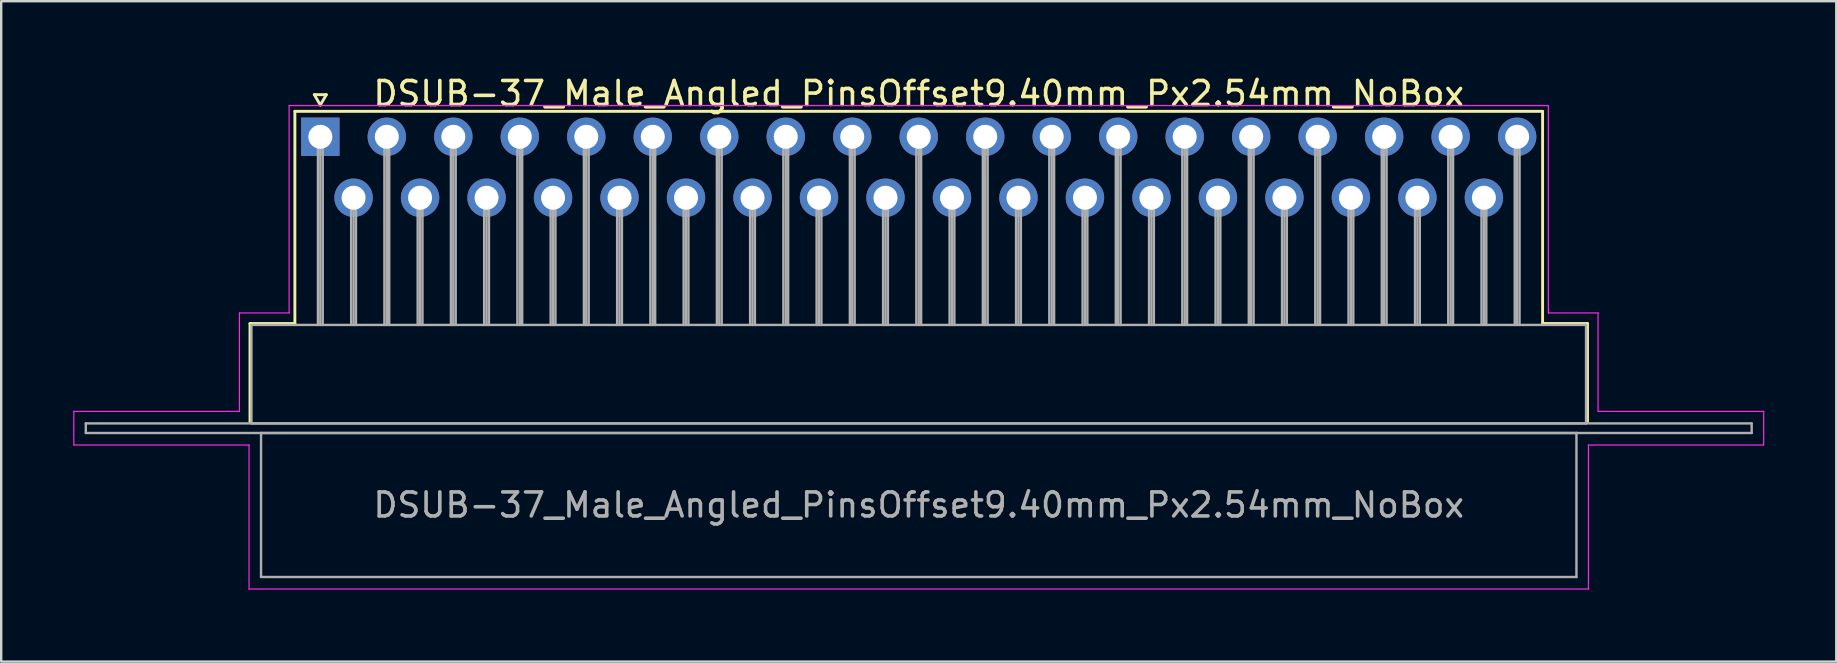
<source format=kicad_pcb>
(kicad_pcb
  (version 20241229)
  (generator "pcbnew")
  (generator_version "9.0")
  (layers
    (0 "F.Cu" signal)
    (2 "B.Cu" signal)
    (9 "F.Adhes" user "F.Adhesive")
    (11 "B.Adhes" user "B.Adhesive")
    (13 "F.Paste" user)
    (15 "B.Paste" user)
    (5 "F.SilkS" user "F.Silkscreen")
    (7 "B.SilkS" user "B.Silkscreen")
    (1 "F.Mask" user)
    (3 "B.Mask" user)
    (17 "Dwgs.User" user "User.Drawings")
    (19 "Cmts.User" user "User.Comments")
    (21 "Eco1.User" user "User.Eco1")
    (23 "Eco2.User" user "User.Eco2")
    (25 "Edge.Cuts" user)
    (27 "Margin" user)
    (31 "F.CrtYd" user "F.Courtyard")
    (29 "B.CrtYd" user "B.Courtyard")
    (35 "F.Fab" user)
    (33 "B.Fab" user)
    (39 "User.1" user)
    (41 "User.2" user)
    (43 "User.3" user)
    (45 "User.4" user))
  (footprint "DSUB-37_Male_Angled_PinsOffset9.40mm_Px2.54mm_NoBox"
    (layer "F.Cu")
    (at 10.295 2.648)
    (property "Reference" "DSUB-37_Male_Angled_PinsOffset9.40mm_Px2.54mm_NoBox" (at 24.93 -1.8 0) (layer "F.SilkS") (effects (font (size 1 1) (thickness 0.15))))
    (attr through_hole)
    (fp_line (start -2.93 7.78) (end -1.06 7.78) (stroke (width 0.12) (type solid)) (layer "F.SilkS"))
    (fp_line (start -2.93 11.88) (end -2.93 7.78) (stroke (width 0.12) (type solid)) (layer "F.SilkS"))
    (fp_line (start -1.06 -1.06) (end 50.92 -1.06) (stroke (width 0.12) (type solid)) (layer "F.SilkS"))
    (fp_line (start -1.06 7.78) (end -1.06 -1.06) (stroke (width 0.12) (type solid)) (layer "F.SilkS"))
    (fp_line (start -0.25 -1.754) (end 0.25 -1.754) (stroke (width 0.12) (type solid)) (layer "F.SilkS"))
    (fp_line (start 0 -1.321) (end -0.25 -1.754) (stroke (width 0.12) (type solid)) (layer "F.SilkS"))
    (fp_line (start 0.25 -1.754) (end 0 -1.321) (stroke (width 0.12) (type solid)) (layer "F.SilkS"))
    (fp_line (start 50.92 -1.06) (end 50.92 7.78) (stroke (width 0.12) (type solid)) (layer "F.SilkS"))
    (fp_line (start 50.92 7.78) (end 52.79 7.78) (stroke (width 0.12) (type solid)) (layer "F.SilkS"))
    (fp_line (start 52.79 7.78) (end 52.79 11.88) (stroke (width 0.12) (type solid)) (layer "F.SilkS"))
    (fp_line (start -10.27 11.44) (end -3.37 11.44) (stroke (width 0.05) (type solid)) (layer "F.CrtYd"))
    (fp_line (start -10.27 12.84) (end -10.27 11.44) (stroke (width 0.05) (type solid)) (layer "F.CrtYd"))
    (fp_line (start -3.37 7.34) (end -1.3 7.34) (stroke (width 0.05) (type solid)) (layer "F.CrtYd"))
    (fp_line (start -3.37 11.44) (end -3.37 7.34) (stroke (width 0.05) (type solid)) (layer "F.CrtYd"))
    (fp_line (start -2.97 12.84) (end -10.27 12.84) (stroke (width 0.05) (type solid)) (layer "F.CrtYd"))
    (fp_line (start -2.97 18.84) (end -2.97 12.84) (stroke (width 0.05) (type solid)) (layer "F.CrtYd"))
    (fp_line (start -1.3 -1.3) (end 51.16 -1.3) (stroke (width 0.05) (type solid)) (layer "F.CrtYd"))
    (fp_line (start -1.3 7.34) (end -1.3 -1.3) (stroke (width 0.05) (type solid)) (layer "F.CrtYd"))
    (fp_line (start 51.16 -1.3) (end 51.16 7.34) (stroke (width 0.05) (type solid)) (layer "F.CrtYd"))
    (fp_line (start 51.16 7.34) (end 53.23 7.34) (stroke (width 0.05) (type solid)) (layer "F.CrtYd"))
    (fp_line (start 52.83 12.84) (end 52.83 18.84) (stroke (width 0.05) (type solid)) (layer "F.CrtYd"))
    (fp_line (start 52.83 18.84) (end -2.97 18.84) (stroke (width 0.05) (type solid)) (layer "F.CrtYd"))
    (fp_line (start 53.23 7.34) (end 53.23 11.44) (stroke (width 0.05) (type solid)) (layer "F.CrtYd"))
    (fp_line (start 53.23 11.44) (end 60.13 11.44) (stroke (width 0.05) (type solid)) (layer "F.CrtYd"))
    (fp_line (start 60.13 11.44) (end 60.13 12.84) (stroke (width 0.05) (type solid)) (layer "F.CrtYd"))
    (fp_line (start 60.13 12.84) (end 52.83 12.84) (stroke (width 0.05) (type solid)) (layer "F.CrtYd"))
    (fp_line (start -9.77 11.94) (end -9.77 12.34) (stroke (width 0.1) (type solid)) (layer "F.Fab"))
    (fp_line (start -9.77 12.34) (end 59.63 12.34) (stroke (width 0.1) (type solid)) (layer "F.Fab"))
    (fp_line (start -2.87 7.84) (end -2.87 11.94) (stroke (width 0.1) (type solid)) (layer "F.Fab"))
    (fp_line (start -2.87 11.94) (end 52.73 11.94) (stroke (width 0.1) (type solid)) (layer "F.Fab"))
    (fp_line (start -2.47 12.34) (end -2.47 18.34) (stroke (width 0.1) (type solid)) (layer "F.Fab"))
    (fp_line (start -2.47 18.34) (end 52.33 18.34) (stroke (width 0.1) (type solid)) (layer "F.Fab"))
    (fp_line (start -0.1 0) (end -0.1 7.84) (stroke (width 0.1) (type solid)) (layer "F.Fab"))
    (fp_line (start 0 0) (end 0 7.84) (stroke (width 0.1) (type solid)) (layer "F.Fab"))
    (fp_line (start 0.1 0) (end 0.1 7.84) (stroke (width 0.1) (type solid)) (layer "F.Fab"))
    (fp_line (start 1.285 2.54) (end 1.285 7.84) (stroke (width 0.1) (type solid)) (layer "F.Fab"))
    (fp_line (start 1.385 2.54) (end 1.385 7.84) (stroke (width 0.1) (type solid)) (layer "F.Fab"))
    (fp_line (start 1.485 2.54) (end 1.485 7.84) (stroke (width 0.1) (type solid)) (layer "F.Fab"))
    (fp_line (start 2.67 0) (end 2.67 7.84) (stroke (width 0.1) (type solid)) (layer "F.Fab"))
    (fp_line (start 2.77 0) (end 2.77 7.84) (stroke (width 0.1) (type solid)) (layer "F.Fab"))
    (fp_line (start 2.87 0) (end 2.87 7.84) (stroke (width 0.1) (type solid)) (layer "F.Fab"))
    (fp_line (start 4.055 2.54) (end 4.055 7.84) (stroke (width 0.1) (type solid)) (layer "F.Fab"))
    (fp_line (start 4.155 2.54) (end 4.155 7.84) (stroke (width 0.1) (type solid)) (layer "F.Fab"))
    (fp_line (start 4.255 2.54) (end 4.255 7.84) (stroke (width 0.1) (type solid)) (layer "F.Fab"))
    (fp_line (start 5.44 0) (end 5.44 7.84) (stroke (width 0.1) (type solid)) (layer "F.Fab"))
    (fp_line (start 5.54 0) (end 5.54 7.84) (stroke (width 0.1) (type solid)) (layer "F.Fab"))
    (fp_line (start 5.64 0) (end 5.64 7.84) (stroke (width 0.1) (type solid)) (layer "F.Fab"))
    (fp_line (start 6.825 2.54) (end 6.825 7.84) (stroke (width 0.1) (type solid)) (layer "F.Fab"))
    (fp_line (start 6.925 2.54) (end 6.925 7.84) (stroke (width 0.1) (type solid)) (layer "F.Fab"))
    (fp_line (start 7.025 2.54) (end 7.025 7.84) (stroke (width 0.1) (type solid)) (layer "F.Fab"))
    (fp_line (start 8.21 0) (end 8.21 7.84) (stroke (width 0.1) (type solid)) (layer "F.Fab"))
    (fp_line (start 8.31 0) (end 8.31 7.84) (stroke (width 0.1) (type solid)) (layer "F.Fab"))
    (fp_line (start 8.41 0) (end 8.41 7.84) (stroke (width 0.1) (type solid)) (layer "F.Fab"))
    (fp_line (start 9.595 2.54) (end 9.595 7.84) (stroke (width 0.1) (type solid)) (layer "F.Fab"))
    (fp_line (start 9.695 2.54) (end 9.695 7.84) (stroke (width 0.1) (type solid)) (layer "F.Fab"))
    (fp_line (start 9.795 2.54) (end 9.795 7.84) (stroke (width 0.1) (type solid)) (layer "F.Fab"))
    (fp_line (start 10.98 0) (end 10.98 7.84) (stroke (width 0.1) (type solid)) (layer "F.Fab"))
    (fp_line (start 11.08 0) (end 11.08 7.84) (stroke (width 0.1) (type solid)) (layer "F.Fab"))
    (fp_line (start 11.18 0) (end 11.18 7.84) (stroke (width 0.1) (type solid)) (layer "F.Fab"))
    (fp_line (start 12.365 2.54) (end 12.365 7.84) (stroke (width 0.1) (type solid)) (layer "F.Fab"))
    (fp_line (start 12.465 2.54) (end 12.465 7.84) (stroke (width 0.1) (type solid)) (layer "F.Fab"))
    (fp_line (start 12.565 2.54) (end 12.565 7.84) (stroke (width 0.1) (type solid)) (layer "F.Fab"))
    (fp_line (start 13.75 0) (end 13.75 7.84) (stroke (width 0.1) (type solid)) (layer "F.Fab"))
    (fp_line (start 13.85 0) (end 13.85 7.84) (stroke (width 0.1) (type solid)) (layer "F.Fab"))
    (fp_line (start 13.95 0) (end 13.95 7.84) (stroke (width 0.1) (type solid)) (layer "F.Fab"))
    (fp_line (start 15.135 2.54) (end 15.135 7.84) (stroke (width 0.1) (type solid)) (layer "F.Fab"))
    (fp_line (start 15.235 2.54) (end 15.235 7.84) (stroke (width 0.1) (type solid)) (layer "F.Fab"))
    (fp_line (start 15.335 2.54) (end 15.335 7.84) (stroke (width 0.1) (type solid)) (layer "F.Fab"))
    (fp_line (start 16.52 0) (end 16.52 7.84) (stroke (width 0.1) (type solid)) (layer "F.Fab"))
    (fp_line (start 16.62 0) (end 16.62 7.84) (stroke (width 0.1) (type solid)) (layer "F.Fab"))
    (fp_line (start 16.72 0) (end 16.72 7.84) (stroke (width 0.1) (type solid)) (layer "F.Fab"))
    (fp_line (start 17.905 2.54) (end 17.905 7.84) (stroke (width 0.1) (type solid)) (layer "F.Fab"))
    (fp_line (start 18.005 2.54) (end 18.005 7.84) (stroke (width 0.1) (type solid)) (layer "F.Fab"))
    (fp_line (start 18.105 2.54) (end 18.105 7.84) (stroke (width 0.1) (type solid)) (layer "F.Fab"))
    (fp_line (start 19.29 0) (end 19.29 7.84) (stroke (width 0.1) (type solid)) (layer "F.Fab"))
    (fp_line (start 19.39 0) (end 19.39 7.84) (stroke (width 0.1) (type solid)) (layer "F.Fab"))
    (fp_line (start 19.49 0) (end 19.49 7.84) (stroke (width 0.1) (type solid)) (layer "F.Fab"))
    (fp_line (start 20.675 2.54) (end 20.675 7.84) (stroke (width 0.1) (type solid)) (layer "F.Fab"))
    (fp_line (start 20.775 2.54) (end 20.775 7.84) (stroke (width 0.1) (type solid)) (layer "F.Fab"))
    (fp_line (start 20.875 2.54) (end 20.875 7.84) (stroke (width 0.1) (type solid)) (layer "F.Fab"))
    (fp_line (start 22.06 0) (end 22.06 7.84) (stroke (width 0.1) (type solid)) (layer "F.Fab"))
    (fp_line (start 22.16 0) (end 22.16 7.84) (stroke (width 0.1) (type solid)) (layer "F.Fab"))
    (fp_line (start 22.26 0) (end 22.26 7.84) (stroke (width 0.1) (type solid)) (layer "F.Fab"))
    (fp_line (start 23.445 2.54) (end 23.445 7.84) (stroke (width 0.1) (type solid)) (layer "F.Fab"))
    (fp_line (start 23.545 2.54) (end 23.545 7.84) (stroke (width 0.1) (type solid)) (layer "F.Fab"))
    (fp_line (start 23.645 2.54) (end 23.645 7.84) (stroke (width 0.1) (type solid)) (layer "F.Fab"))
    (fp_line (start 24.83 0) (end 24.83 7.84) (stroke (width 0.1) (type solid)) (layer "F.Fab"))
    (fp_line (start 24.93 0) (end 24.93 7.84) (stroke (width 0.1) (type solid)) (layer "F.Fab"))
    (fp_line (start 25.03 0) (end 25.03 7.84) (stroke (width 0.1) (type solid)) (layer "F.Fab"))
    (fp_line (start 26.215 2.54) (end 26.215 7.84) (stroke (width 0.1) (type solid)) (layer "F.Fab"))
    (fp_line (start 26.315 2.54) (end 26.315 7.84) (stroke (width 0.1) (type solid)) (layer "F.Fab"))
    (fp_line (start 26.415 2.54) (end 26.415 7.84) (stroke (width 0.1) (type solid)) (layer "F.Fab"))
    (fp_line (start 27.6 0) (end 27.6 7.84) (stroke (width 0.1) (type solid)) (layer "F.Fab"))
    (fp_line (start 27.7 0) (end 27.7 7.84) (stroke (width 0.1) (type solid)) (layer "F.Fab"))
    (fp_line (start 27.8 0) (end 27.8 7.84) (stroke (width 0.1) (type solid)) (layer "F.Fab"))
    (fp_line (start 28.985 2.54) (end 28.985 7.84) (stroke (width 0.1) (type solid)) (layer "F.Fab"))
    (fp_line (start 29.085 2.54) (end 29.085 7.84) (stroke (width 0.1) (type solid)) (layer "F.Fab"))
    (fp_line (start 29.185 2.54) (end 29.185 7.84) (stroke (width 0.1) (type solid)) (layer "F.Fab"))
    (fp_line (start 30.37 0) (end 30.37 7.84) (stroke (width 0.1) (type solid)) (layer "F.Fab"))
    (fp_line (start 30.47 0) (end 30.47 7.84) (stroke (width 0.1) (type solid)) (layer "F.Fab"))
    (fp_line (start 30.57 0) (end 30.57 7.84) (stroke (width 0.1) (type solid)) (layer "F.Fab"))
    (fp_line (start 31.755 2.54) (end 31.755 7.84) (stroke (width 0.1) (type solid)) (layer "F.Fab"))
    (fp_line (start 31.855 2.54) (end 31.855 7.84) (stroke (width 0.1) (type solid)) (layer "F.Fab"))
    (fp_line (start 31.955 2.54) (end 31.955 7.84) (stroke (width 0.1) (type solid)) (layer "F.Fab"))
    (fp_line (start 33.14 0) (end 33.14 7.84) (stroke (width 0.1) (type solid)) (layer "F.Fab"))
    (fp_line (start 33.24 0) (end 33.24 7.84) (stroke (width 0.1) (type solid)) (layer "F.Fab"))
    (fp_line (start 33.34 0) (end 33.34 7.84) (stroke (width 0.1) (type solid)) (layer "F.Fab"))
    (fp_line (start 34.525 2.54) (end 34.525 7.84) (stroke (width 0.1) (type solid)) (layer "F.Fab"))
    (fp_line (start 34.625 2.54) (end 34.625 7.84) (stroke (width 0.1) (type solid)) (layer "F.Fab"))
    (fp_line (start 34.725 2.54) (end 34.725 7.84) (stroke (width 0.1) (type solid)) (layer "F.Fab"))
    (fp_line (start 35.91 0) (end 35.91 7.84) (stroke (width 0.1) (type solid)) (layer "F.Fab"))
    (fp_line (start 36.01 0) (end 36.01 7.84) (stroke (width 0.1) (type solid)) (layer "F.Fab"))
    (fp_line (start 36.11 0) (end 36.11 7.84) (stroke (width 0.1) (type solid)) (layer "F.Fab"))
    (fp_line (start 37.295 2.54) (end 37.295 7.84) (stroke (width 0.1) (type solid)) (layer "F.Fab"))
    (fp_line (start 37.395 2.54) (end 37.395 7.84) (stroke (width 0.1) (type solid)) (layer "F.Fab"))
    (fp_line (start 37.495 2.54) (end 37.495 7.84) (stroke (width 0.1) (type solid)) (layer "F.Fab"))
    (fp_line (start 38.68 0) (end 38.68 7.84) (stroke (width 0.1) (type solid)) (layer "F.Fab"))
    (fp_line (start 38.78 0) (end 38.78 7.84) (stroke (width 0.1) (type solid)) (layer "F.Fab"))
    (fp_line (start 38.88 0) (end 38.88 7.84) (stroke (width 0.1) (type solid)) (layer "F.Fab"))
    (fp_line (start 40.065 2.54) (end 40.065 7.84) (stroke (width 0.1) (type solid)) (layer "F.Fab"))
    (fp_line (start 40.165 2.54) (end 40.165 7.84) (stroke (width 0.1) (type solid)) (layer "F.Fab"))
    (fp_line (start 40.265 2.54) (end 40.265 7.84) (stroke (width 0.1) (type solid)) (layer "F.Fab"))
    (fp_line (start 41.45 0) (end 41.45 7.84) (stroke (width 0.1) (type solid)) (layer "F.Fab"))
    (fp_line (start 41.55 0) (end 41.55 7.84) (stroke (width 0.1) (type solid)) (layer "F.Fab"))
    (fp_line (start 41.65 0) (end 41.65 7.84) (stroke (width 0.1) (type solid)) (layer "F.Fab"))
    (fp_line (start 42.835 2.54) (end 42.835 7.84) (stroke (width 0.1) (type solid)) (layer "F.Fab"))
    (fp_line (start 42.935 2.54) (end 42.935 7.84) (stroke (width 0.1) (type solid)) (layer "F.Fab"))
    (fp_line (start 43.035 2.54) (end 43.035 7.84) (stroke (width 0.1) (type solid)) (layer "F.Fab"))
    (fp_line (start 44.22 0) (end 44.22 7.84) (stroke (width 0.1) (type solid)) (layer "F.Fab"))
    (fp_line (start 44.32 0) (end 44.32 7.84) (stroke (width 0.1) (type solid)) (layer "F.Fab"))
    (fp_line (start 44.42 0) (end 44.42 7.84) (stroke (width 0.1) (type solid)) (layer "F.Fab"))
    (fp_line (start 45.605 2.54) (end 45.605 7.84) (stroke (width 0.1) (type solid)) (layer "F.Fab"))
    (fp_line (start 45.705 2.54) (end 45.705 7.84) (stroke (width 0.1) (type solid)) (layer "F.Fab"))
    (fp_line (start 45.805 2.54) (end 45.805 7.84) (stroke (width 0.1) (type solid)) (layer "F.Fab"))
    (fp_line (start 46.99 0) (end 46.99 7.84) (stroke (width 0.1) (type solid)) (layer "F.Fab"))
    (fp_line (start 47.09 0) (end 47.09 7.84) (stroke (width 0.1) (type solid)) (layer "F.Fab"))
    (fp_line (start 47.19 0) (end 47.19 7.84) (stroke (width 0.1) (type solid)) (layer "F.Fab"))
    (fp_line (start 48.375 2.54) (end 48.375 7.84) (stroke (width 0.1) (type solid)) (layer "F.Fab"))
    (fp_line (start 48.475 2.54) (end 48.475 7.84) (stroke (width 0.1) (type solid)) (layer "F.Fab"))
    (fp_line (start 48.575 2.54) (end 48.575 7.84) (stroke (width 0.1) (type solid)) (layer "F.Fab"))
    (fp_line (start 49.76 0) (end 49.76 7.84) (stroke (width 0.1) (type solid)) (layer "F.Fab"))
    (fp_line (start 49.86 0) (end 49.86 7.84) (stroke (width 0.1) (type solid)) (layer "F.Fab"))
    (fp_line (start 49.96 0) (end 49.96 7.84) (stroke (width 0.1) (type solid)) (layer "F.Fab"))
    (fp_line (start 52.33 12.34) (end -2.47 12.34) (stroke (width 0.1) (type solid)) (layer "F.Fab"))
    (fp_line (start 52.33 18.34) (end 52.33 12.34) (stroke (width 0.1) (type solid)) (layer "F.Fab"))
    (fp_line (start 52.73 7.84) (end -2.87 7.84) (stroke (width 0.1) (type solid)) (layer "F.Fab"))
    (fp_line (start 52.73 11.94) (end 52.73 7.84) (stroke (width 0.1) (type solid)) (layer "F.Fab"))
    (fp_line (start 59.63 11.94) (end -9.77 11.94) (stroke (width 0.1) (type solid)) (layer "F.Fab"))
    (fp_line (start 59.63 12.34) (end 59.63 11.94) (stroke (width 0.1) (type solid)) (layer "F.Fab"))
    (fp_text user "${REFERENCE}" (at 24.93 15.34 0) (layer "F.Fab") (effects (font (size 1 1) (thickness 0.15))))
    (pad "1" thru_hole rect (at 0 0) (size 1.6 1.6) (drill 1) (layers "*.Cu" "*.Mask"))
    (pad "2" thru_hole circle (at 2.77 0) (size 1.6 1.6) (drill 1) (layers "*.Cu" "*.Mask"))
    (pad "3" thru_hole circle (at 5.54 0) (size 1.6 1.6) (drill 1) (layers "*.Cu" "*.Mask"))
    (pad "4" thru_hole circle (at 8.31 0) (size 1.6 1.6) (drill 1) (layers "*.Cu" "*.Mask"))
    (pad "5" thru_hole circle (at 11.08 0) (size 1.6 1.6) (drill 1) (layers "*.Cu" "*.Mask"))
    (pad "6" thru_hole circle (at 13.85 0) (size 1.6 1.6) (drill 1) (layers "*.Cu" "*.Mask"))
    (pad "7" thru_hole circle (at 16.62 0) (size 1.6 1.6) (drill 1) (layers "*.Cu" "*.Mask"))
    (pad "8" thru_hole circle (at 19.39 0) (size 1.6 1.6) (drill 1) (layers "*.Cu" "*.Mask"))
    (pad "9" thru_hole circle (at 22.16 0) (size 1.6 1.6) (drill 1) (layers "*.Cu" "*.Mask"))
    (pad "10" thru_hole circle (at 24.93 0) (size 1.6 1.6) (drill 1) (layers "*.Cu" "*.Mask"))
    (pad "11" thru_hole circle (at 27.7 0) (size 1.6 1.6) (drill 1) (layers "*.Cu" "*.Mask"))
    (pad "12" thru_hole circle (at 30.47 0) (size 1.6 1.6) (drill 1) (layers "*.Cu" "*.Mask"))
    (pad "13" thru_hole circle (at 33.24 0) (size 1.6 1.6) (drill 1) (layers "*.Cu" "*.Mask"))
    (pad "14" thru_hole circle (at 36.01 0) (size 1.6 1.6) (drill 1) (layers "*.Cu" "*.Mask"))
    (pad "15" thru_hole circle (at 38.78 0) (size 1.6 1.6) (drill 1) (layers "*.Cu" "*.Mask"))
    (pad "16" thru_hole circle (at 41.55 0) (size 1.6 1.6) (drill 1) (layers "*.Cu" "*.Mask"))
    (pad "17" thru_hole circle (at 44.32 0) (size 1.6 1.6) (drill 1) (layers "*.Cu" "*.Mask"))
    (pad "18" thru_hole circle (at 47.09 0) (size 1.6 1.6) (drill 1) (layers "*.Cu" "*.Mask"))
    (pad "19" thru_hole circle (at 49.86 0) (size 1.6 1.6) (drill 1) (layers "*.Cu" "*.Mask"))
    (pad "20" thru_hole circle (at 1.385 2.54) (size 1.6 1.6) (drill 1) (layers "*.Cu" "*.Mask"))
    (pad "21" thru_hole circle (at 4.155 2.54) (size 1.6 1.6) (drill 1) (layers "*.Cu" "*.Mask"))
    (pad "22" thru_hole circle (at 6.925 2.54) (size 1.6 1.6) (drill 1) (layers "*.Cu" "*.Mask"))
    (pad "23" thru_hole circle (at 9.695 2.54) (size 1.6 1.6) (drill 1) (layers "*.Cu" "*.Mask"))
    (pad "24" thru_hole circle (at 12.465 2.54) (size 1.6 1.6) (drill 1) (layers "*.Cu" "*.Mask"))
    (pad "25" thru_hole circle (at 15.235 2.54) (size 1.6 1.6) (drill 1) (layers "*.Cu" "*.Mask"))
    (pad "26" thru_hole circle (at 18.005 2.54) (size 1.6 1.6) (drill 1) (layers "*.Cu" "*.Mask"))
    (pad "27" thru_hole circle (at 20.775 2.54) (size 1.6 1.6) (drill 1) (layers "*.Cu" "*.Mask"))
    (pad "28" thru_hole circle (at 23.545 2.54) (size 1.6 1.6) (drill 1) (layers "*.Cu" "*.Mask"))
    (pad "29" thru_hole circle (at 26.315 2.54) (size 1.6 1.6) (drill 1) (layers "*.Cu" "*.Mask"))
    (pad "30" thru_hole circle (at 29.085 2.54) (size 1.6 1.6) (drill 1) (layers "*.Cu" "*.Mask"))
    (pad "31" thru_hole circle (at 31.855 2.54) (size 1.6 1.6) (drill 1) (layers "*.Cu" "*.Mask"))
    (pad "32" thru_hole circle (at 34.625 2.54) (size 1.6 1.6) (drill 1) (layers "*.Cu" "*.Mask"))
    (pad "33" thru_hole circle (at 37.395 2.54) (size 1.6 1.6) (drill 1) (layers "*.Cu" "*.Mask"))
    (pad "34" thru_hole circle (at 40.165 2.54) (size 1.6 1.6) (drill 1) (layers "*.Cu" "*.Mask"))
    (pad "35" thru_hole circle (at 42.935 2.54) (size 1.6 1.6) (drill 1) (layers "*.Cu" "*.Mask"))
    (pad "36" thru_hole circle (at 45.705 2.54) (size 1.6 1.6) (drill 1) (layers "*.Cu" "*.Mask"))
    (pad "37" thru_hole circle (at 48.475 2.54) (size 1.6 1.6) (drill 1) (layers "*.Cu" "*.Mask")))
  (gr_rect
    (start -3 -3)
    (end 73.45 24.513)
    (stroke (width 0.1) (type default))
    (fill no)
    (layer "Edge.Cuts")))
</source>
